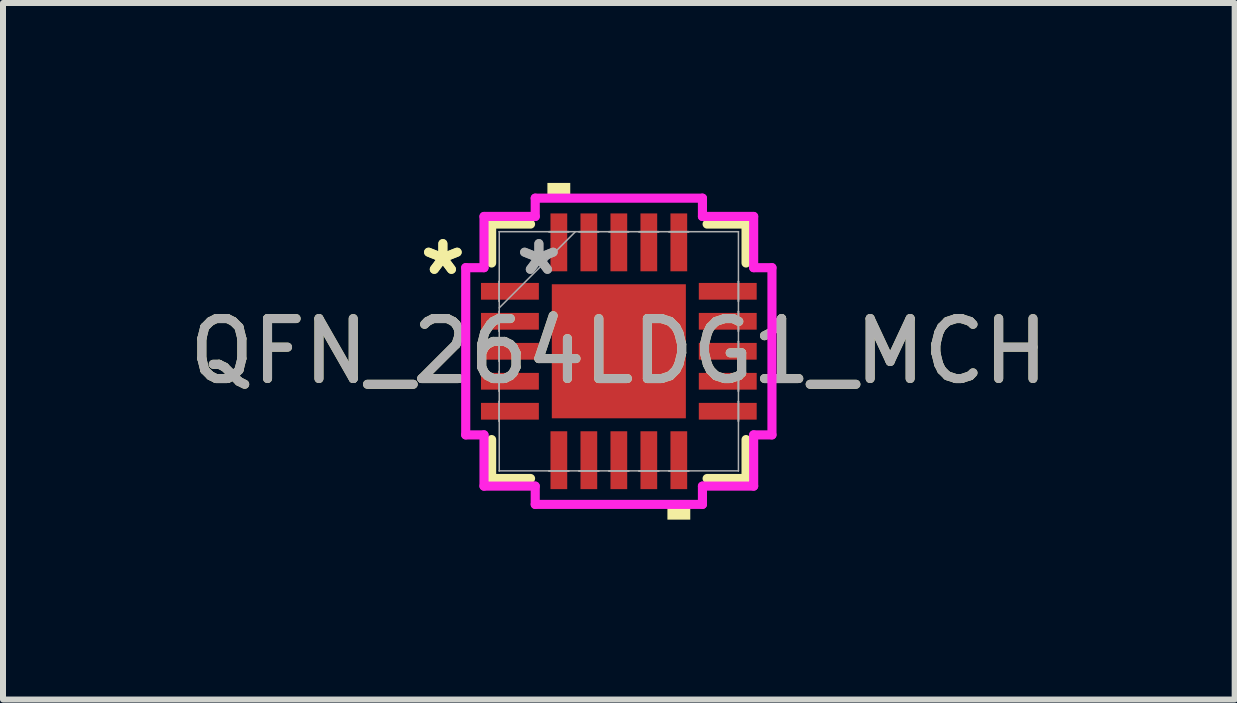
<source format=kicad_pcb>
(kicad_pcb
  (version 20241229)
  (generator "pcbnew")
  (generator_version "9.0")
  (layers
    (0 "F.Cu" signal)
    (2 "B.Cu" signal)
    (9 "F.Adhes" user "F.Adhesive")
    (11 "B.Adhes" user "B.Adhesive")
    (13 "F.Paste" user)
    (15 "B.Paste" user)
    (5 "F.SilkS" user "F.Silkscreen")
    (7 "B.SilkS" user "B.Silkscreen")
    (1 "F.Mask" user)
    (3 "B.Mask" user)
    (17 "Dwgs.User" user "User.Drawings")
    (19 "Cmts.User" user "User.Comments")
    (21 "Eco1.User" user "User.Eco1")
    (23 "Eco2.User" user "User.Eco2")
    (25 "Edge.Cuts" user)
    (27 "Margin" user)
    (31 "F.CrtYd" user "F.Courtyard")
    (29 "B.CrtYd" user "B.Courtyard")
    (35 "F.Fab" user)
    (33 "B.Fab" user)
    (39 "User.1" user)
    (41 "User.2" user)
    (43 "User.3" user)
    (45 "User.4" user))
  (footprint "QFN_264LDG1_MCH"
    (layer "F.Cu")
    (at 7.268 2.807)
    (property "Reference" "QFN_264LDG1_MCH" (at 0 0 0) (unlocked yes) (layer "F.SilkS") (effects (font (size 1 1) (thickness 0.15))))
    (attr smd)
    (fp_line (start -2.121 -2.121) (end -2.121 -1.472) (stroke (width 0.152) (type solid)) (layer "F.SilkS"))
    (fp_line (start -2.121 1.472) (end -2.121 2.121) (stroke (width 0.152) (type solid)) (layer "F.SilkS"))
    (fp_line (start -2.121 2.121) (end -1.472 2.121) (stroke (width 0.152) (type solid)) (layer "F.SilkS"))
    (fp_line (start -1.472 -2.121) (end -2.121 -2.121) (stroke (width 0.152) (type solid)) (layer "F.SilkS"))
    (fp_line (start 1.472 2.121) (end 2.121 2.121) (stroke (width 0.152) (type solid)) (layer "F.SilkS"))
    (fp_line (start 2.121 -2.121) (end 1.472 -2.121) (stroke (width 0.152) (type solid)) (layer "F.SilkS"))
    (fp_line (start 2.121 -1.472) (end 2.121 -2.121) (stroke (width 0.152) (type solid)) (layer "F.SilkS"))
    (fp_line (start 2.121 2.121) (end 2.121 1.472) (stroke (width 0.152) (type solid)) (layer "F.SilkS"))
    (fp_poly (pts (xy -1.191 -2.553) (xy -1.191 -2.807) (xy -0.81 -2.807) (xy -0.81 -2.553)) (stroke (width 0) (type solid)) (fill yes) (layer "F.SilkS"))
    (fp_poly (pts (xy 0.81 2.553) (xy 0.81 2.807) (xy 1.191 2.807) (xy 1.191 2.553)) (stroke (width 0) (type solid)) (fill yes) (layer "F.SilkS"))
    (fp_line (start -2.553 -1.394) (end -2.248 -1.394) (stroke (width 0.152) (type solid)) (layer "F.CrtYd"))
    (fp_line (start -2.553 1.394) (end -2.553 -1.394) (stroke (width 0.152) (type solid)) (layer "F.CrtYd"))
    (fp_line (start -2.248 -2.248) (end -1.394 -2.248) (stroke (width 0.152) (type solid)) (layer "F.CrtYd"))
    (fp_line (start -2.248 -1.394) (end -2.248 -2.248) (stroke (width 0.152) (type solid)) (layer "F.CrtYd"))
    (fp_line (start -2.248 1.394) (end -2.553 1.394) (stroke (width 0.152) (type solid)) (layer "F.CrtYd"))
    (fp_line (start -2.248 2.248) (end -2.248 1.394) (stroke (width 0.152) (type solid)) (layer "F.CrtYd"))
    (fp_line (start -1.394 -2.553) (end 1.394 -2.553) (stroke (width 0.152) (type solid)) (layer "F.CrtYd"))
    (fp_line (start -1.394 -2.248) (end -1.394 -2.553) (stroke (width 0.152) (type solid)) (layer "F.CrtYd"))
    (fp_line (start -1.394 2.248) (end -2.248 2.248) (stroke (width 0.152) (type solid)) (layer "F.CrtYd"))
    (fp_line (start -1.394 2.553) (end -1.394 2.248) (stroke (width 0.152) (type solid)) (layer "F.CrtYd"))
    (fp_line (start 1.394 -2.553) (end 1.394 -2.248) (stroke (width 0.152) (type solid)) (layer "F.CrtYd"))
    (fp_line (start 1.394 -2.248) (end 2.248 -2.248) (stroke (width 0.152) (type solid)) (layer "F.CrtYd"))
    (fp_line (start 1.394 2.248) (end 1.394 2.553) (stroke (width 0.152) (type solid)) (layer "F.CrtYd"))
    (fp_line (start 1.394 2.553) (end -1.394 2.553) (stroke (width 0.152) (type solid)) (layer "F.CrtYd"))
    (fp_line (start 2.248 -2.248) (end 2.248 -1.394) (stroke (width 0.152) (type solid)) (layer "F.CrtYd"))
    (fp_line (start 2.248 -1.394) (end 2.553 -1.394) (stroke (width 0.152) (type solid)) (layer "F.CrtYd"))
    (fp_line (start 2.248 1.394) (end 2.248 2.248) (stroke (width 0.152) (type solid)) (layer "F.CrtYd"))
    (fp_line (start 2.248 2.248) (end 1.394 2.248) (stroke (width 0.152) (type solid)) (layer "F.CrtYd"))
    (fp_line (start 2.553 -1.394) (end 2.553 1.394) (stroke (width 0.152) (type solid)) (layer "F.CrtYd"))
    (fp_line (start 2.553 1.394) (end 2.248 1.394) (stroke (width 0.152) (type solid)) (layer "F.CrtYd"))
    (fp_line (start -1.994 -1.994) (end -1.994 -1.994) (stroke (width 0.025) (type solid)) (layer "F.Fab"))
    (fp_line (start -1.994 -1.994) (end -1.994 1.994) (stroke (width 0.025) (type solid)) (layer "F.Fab"))
    (fp_line (start -1.994 -1.165) (end -1.994 -1.165) (stroke (width 0.025) (type solid)) (layer "F.Fab"))
    (fp_line (start -1.994 -1.165) (end -1.994 -0.835) (stroke (width 0.025) (type solid)) (layer "F.Fab"))
    (fp_line (start -1.994 -0.835) (end -1.994 -1.165) (stroke (width 0.025) (type solid)) (layer "F.Fab"))
    (fp_line (start -1.994 -0.835) (end -1.994 -0.835) (stroke (width 0.025) (type solid)) (layer "F.Fab"))
    (fp_line (start -1.994 -0.724) (end -0.724 -1.994) (stroke (width 0.025) (type solid)) (layer "F.Fab"))
    (fp_line (start -1.994 -0.665) (end -1.994 -0.665) (stroke (width 0.025) (type solid)) (layer "F.Fab"))
    (fp_line (start -1.994 -0.665) (end -1.994 -0.335) (stroke (width 0.025) (type solid)) (layer "F.Fab"))
    (fp_line (start -1.994 -0.335) (end -1.994 -0.665) (stroke (width 0.025) (type solid)) (layer "F.Fab"))
    (fp_line (start -1.994 -0.335) (end -1.994 -0.335) (stroke (width 0.025) (type solid)) (layer "F.Fab"))
    (fp_line (start -1.994 -0.165) (end -1.994 -0.165) (stroke (width 0.025) (type solid)) (layer "F.Fab"))
    (fp_line (start -1.994 -0.165) (end -1.994 0.165) (stroke (width 0.025) (type solid)) (layer "F.Fab"))
    (fp_line (start -1.994 0.165) (end -1.994 -0.165) (stroke (width 0.025) (type solid)) (layer "F.Fab"))
    (fp_line (start -1.994 0.165) (end -1.994 0.165) (stroke (width 0.025) (type solid)) (layer "F.Fab"))
    (fp_line (start -1.994 0.335) (end -1.994 0.335) (stroke (width 0.025) (type solid)) (layer "F.Fab"))
    (fp_line (start -1.994 0.335) (end -1.994 0.665) (stroke (width 0.025) (type solid)) (layer "F.Fab"))
    (fp_line (start -1.994 0.665) (end -1.994 0.335) (stroke (width 0.025) (type solid)) (layer "F.Fab"))
    (fp_line (start -1.994 0.665) (end -1.994 0.665) (stroke (width 0.025) (type solid)) (layer "F.Fab"))
    (fp_line (start -1.994 0.835) (end -1.994 0.835) (stroke (width 0.025) (type solid)) (layer "F.Fab"))
    (fp_line (start -1.994 0.835) (end -1.994 1.165) (stroke (width 0.025) (type solid)) (layer "F.Fab"))
    (fp_line (start -1.994 1.165) (end -1.994 0.835) (stroke (width 0.025) (type solid)) (layer "F.Fab"))
    (fp_line (start -1.994 1.165) (end -1.994 1.165) (stroke (width 0.025) (type solid)) (layer "F.Fab"))
    (fp_line (start -1.994 1.994) (end -1.994 1.994) (stroke (width 0.025) (type solid)) (layer "F.Fab"))
    (fp_line (start -1.994 1.994) (end 1.994 1.994) (stroke (width 0.025) (type solid)) (layer "F.Fab"))
    (fp_line (start -1.165 -1.994) (end -1.165 -1.994) (stroke (width 0.025) (type solid)) (layer "F.Fab"))
    (fp_line (start -1.165 -1.994) (end -0.835 -1.994) (stroke (width 0.025) (type solid)) (layer "F.Fab"))
    (fp_line (start -1.165 1.994) (end -1.165 1.994) (stroke (width 0.025) (type solid)) (layer "F.Fab"))
    (fp_line (start -1.165 1.994) (end -0.835 1.994) (stroke (width 0.025) (type solid)) (layer "F.Fab"))
    (fp_line (start -0.835 -1.994) (end -1.165 -1.994) (stroke (width 0.025) (type solid)) (layer "F.Fab"))
    (fp_line (start -0.835 -1.994) (end -0.835 -1.994) (stroke (width 0.025) (type solid)) (layer "F.Fab"))
    (fp_line (start -0.835 1.994) (end -1.165 1.994) (stroke (width 0.025) (type solid)) (layer "F.Fab"))
    (fp_line (start -0.835 1.994) (end -0.835 1.994) (stroke (width 0.025) (type solid)) (layer "F.Fab"))
    (fp_line (start -0.665 -1.994) (end -0.665 -1.994) (stroke (width 0.025) (type solid)) (layer "F.Fab"))
    (fp_line (start -0.665 -1.994) (end -0.335 -1.994) (stroke (width 0.025) (type solid)) (layer "F.Fab"))
    (fp_line (start -0.665 1.994) (end -0.665 1.994) (stroke (width 0.025) (type solid)) (layer "F.Fab"))
    (fp_line (start -0.665 1.994) (end -0.335 1.994) (stroke (width 0.025) (type solid)) (layer "F.Fab"))
    (fp_line (start -0.335 -1.994) (end -0.665 -1.994) (stroke (width 0.025) (type solid)) (layer "F.Fab"))
    (fp_line (start -0.335 -1.994) (end -0.335 -1.994) (stroke (width 0.025) (type solid)) (layer "F.Fab"))
    (fp_line (start -0.335 1.994) (end -0.665 1.994) (stroke (width 0.025) (type solid)) (layer "F.Fab"))
    (fp_line (start -0.335 1.994) (end -0.335 1.994) (stroke (width 0.025) (type solid)) (layer "F.Fab"))
    (fp_line (start -0.165 -1.994) (end -0.165 -1.994) (stroke (width 0.025) (type solid)) (layer "F.Fab"))
    (fp_line (start -0.165 -1.994) (end 0.165 -1.994) (stroke (width 0.025) (type solid)) (layer "F.Fab"))
    (fp_line (start -0.165 1.994) (end -0.165 1.994) (stroke (width 0.025) (type solid)) (layer "F.Fab"))
    (fp_line (start -0.165 1.994) (end 0.165 1.994) (stroke (width 0.025) (type solid)) (layer "F.Fab"))
    (fp_line (start 0.165 -1.994) (end -0.165 -1.994) (stroke (width 0.025) (type solid)) (layer "F.Fab"))
    (fp_line (start 0.165 -1.994) (end 0.165 -1.994) (stroke (width 0.025) (type solid)) (layer "F.Fab"))
    (fp_line (start 0.165 1.994) (end -0.165 1.994) (stroke (width 0.025) (type solid)) (layer "F.Fab"))
    (fp_line (start 0.165 1.994) (end 0.165 1.994) (stroke (width 0.025) (type solid)) (layer "F.Fab"))
    (fp_line (start 0.335 -1.994) (end 0.335 -1.994) (stroke (width 0.025) (type solid)) (layer "F.Fab"))
    (fp_line (start 0.335 -1.994) (end 0.665 -1.994) (stroke (width 0.025) (type solid)) (layer "F.Fab"))
    (fp_line (start 0.335 1.994) (end 0.335 1.994) (stroke (width 0.025) (type solid)) (layer "F.Fab"))
    (fp_line (start 0.335 1.994) (end 0.665 1.994) (stroke (width 0.025) (type solid)) (layer "F.Fab"))
    (fp_line (start 0.665 -1.994) (end 0.335 -1.994) (stroke (width 0.025) (type solid)) (layer "F.Fab"))
    (fp_line (start 0.665 -1.994) (end 0.665 -1.994) (stroke (width 0.025) (type solid)) (layer "F.Fab"))
    (fp_line (start 0.665 1.994) (end 0.335 1.994) (stroke (width 0.025) (type solid)) (layer "F.Fab"))
    (fp_line (start 0.665 1.994) (end 0.665 1.994) (stroke (width 0.025) (type solid)) (layer "F.Fab"))
    (fp_line (start 0.835 -1.994) (end 0.835 -1.994) (stroke (width 0.025) (type solid)) (layer "F.Fab"))
    (fp_line (start 0.835 -1.994) (end 1.165 -1.994) (stroke (width 0.025) (type solid)) (layer "F.Fab"))
    (fp_line (start 0.835 1.994) (end 0.835 1.994) (stroke (width 0.025) (type solid)) (layer "F.Fab"))
    (fp_line (start 0.835 1.994) (end 1.165 1.994) (stroke (width 0.025) (type solid)) (layer "F.Fab"))
    (fp_line (start 1.165 -1.994) (end 0.835 -1.994) (stroke (width 0.025) (type solid)) (layer "F.Fab"))
    (fp_line (start 1.165 -1.994) (end 1.165 -1.994) (stroke (width 0.025) (type solid)) (layer "F.Fab"))
    (fp_line (start 1.165 1.994) (end 0.835 1.994) (stroke (width 0.025) (type solid)) (layer "F.Fab"))
    (fp_line (start 1.165 1.994) (end 1.165 1.994) (stroke (width 0.025) (type solid)) (layer "F.Fab"))
    (fp_line (start 1.994 -1.994) (end -1.994 -1.994) (stroke (width 0.025) (type solid)) (layer "F.Fab"))
    (fp_line (start 1.994 -1.994) (end 1.994 -1.994) (stroke (width 0.025) (type solid)) (layer "F.Fab"))
    (fp_line (start 1.994 -1.165) (end 1.994 -1.165) (stroke (width 0.025) (type solid)) (layer "F.Fab"))
    (fp_line (start 1.994 -1.165) (end 1.994 -0.835) (stroke (width 0.025) (type solid)) (layer "F.Fab"))
    (fp_line (start 1.994 -0.835) (end 1.994 -1.165) (stroke (width 0.025) (type solid)) (layer "F.Fab"))
    (fp_line (start 1.994 -0.835) (end 1.994 -0.835) (stroke (width 0.025) (type solid)) (layer "F.Fab"))
    (fp_line (start 1.994 -0.665) (end 1.994 -0.665) (stroke (width 0.025) (type solid)) (layer "F.Fab"))
    (fp_line (start 1.994 -0.665) (end 1.994 -0.335) (stroke (width 0.025) (type solid)) (layer "F.Fab"))
    (fp_line (start 1.994 -0.335) (end 1.994 -0.665) (stroke (width 0.025) (type solid)) (layer "F.Fab"))
    (fp_line (start 1.994 -0.335) (end 1.994 -0.335) (stroke (width 0.025) (type solid)) (layer "F.Fab"))
    (fp_line (start 1.994 -0.165) (end 1.994 -0.165) (stroke (width 0.025) (type solid)) (layer "F.Fab"))
    (fp_line (start 1.994 -0.165) (end 1.994 0.165) (stroke (width 0.025) (type solid)) (layer "F.Fab"))
    (fp_line (start 1.994 0.165) (end 1.994 -0.165) (stroke (width 0.025) (type solid)) (layer "F.Fab"))
    (fp_line (start 1.994 0.165) (end 1.994 0.165) (stroke (width 0.025) (type solid)) (layer "F.Fab"))
    (fp_line (start 1.994 0.335) (end 1.994 0.335) (stroke (width 0.025) (type solid)) (layer "F.Fab"))
    (fp_line (start 1.994 0.335) (end 1.994 0.665) (stroke (width 0.025) (type solid)) (layer "F.Fab"))
    (fp_line (start 1.994 0.665) (end 1.994 0.335) (stroke (width 0.025) (type solid)) (layer "F.Fab"))
    (fp_line (start 1.994 0.665) (end 1.994 0.665) (stroke (width 0.025) (type solid)) (layer "F.Fab"))
    (fp_line (start 1.994 0.835) (end 1.994 0.835) (stroke (width 0.025) (type solid)) (layer "F.Fab"))
    (fp_line (start 1.994 0.835) (end 1.994 1.165) (stroke (width 0.025) (type solid)) (layer "F.Fab"))
    (fp_line (start 1.994 1.165) (end 1.994 0.835) (stroke (width 0.025) (type solid)) (layer "F.Fab"))
    (fp_line (start 1.994 1.165) (end 1.994 1.165) (stroke (width 0.025) (type solid)) (layer "F.Fab"))
    (fp_line (start 1.994 1.994) (end 1.994 -1.994) (stroke (width 0.025) (type solid)) (layer "F.Fab"))
    (fp_line (start 1.994 1.994) (end 1.994 1.994) (stroke (width 0.025) (type solid)) (layer "F.Fab"))
    (fp_text user "*" (at -2.934 -1.25 0) (unlocked yes) (layer "F.SilkS") (effects (font (size 1 1) (thickness 0.15))))
    (fp_text user "*" (at -2.934 -1.25 0) (layer "F.SilkS") (effects (font (size 1 1) (thickness 0.15))))
    (fp_text user "${REFERENCE}" (at 0 0 0) (unlocked yes) (layer "F.Fab") (effects (font (size 1 1) (thickness 0.15))))
    (fp_text user "*" (at -1.333 -1.25 0) (layer "F.Fab") (effects (font (size 1 1) (thickness 0.15))))
    (fp_text user "*" (at -1.333 -1.25 0) (unlocked yes) (layer "F.Fab") (effects (font (size 1 1) (thickness 0.15))))
    (pad "1" smd rect (at -1.816 -1 90) (size 0.279 0.965) (layers "F.Cu" "F.Mask" "F.Paste"))
    (pad "2" smd rect (at -1.816 -0.5 90) (size 0.279 0.965) (layers "F.Cu" "F.Mask" "F.Paste"))
    (pad "3" smd rect (at -1.816 0 90) (size 0.279 0.965) (layers "F.Cu" "F.Mask" "F.Paste"))
    (pad "4" smd rect (at -1.816 0.5 90) (size 0.279 0.965) (layers "F.Cu" "F.Mask" "F.Paste"))
    (pad "5" smd rect (at -1.816 1 90) (size 0.279 0.965) (layers "F.Cu" "F.Mask" "F.Paste"))
    (pad "6" smd rect (at -1 1.816) (size 0.279 0.965) (layers "F.Cu" "F.Mask" "F.Paste"))
    (pad "7" smd rect (at -0.5 1.816) (size 0.279 0.965) (layers "F.Cu" "F.Mask" "F.Paste"))
    (pad "8" smd rect (at 0 1.816) (size 0.279 0.965) (layers "F.Cu" "F.Mask" "F.Paste"))
    (pad "9" smd rect (at 0.5 1.816) (size 0.279 0.965) (layers "F.Cu" "F.Mask" "F.Paste"))
    (pad "10" smd rect (at 1 1.816) (size 0.279 0.965) (layers "F.Cu" "F.Mask" "F.Paste"))
    (pad "11" smd rect (at 1.816 1 90) (size 0.279 0.965) (layers "F.Cu" "F.Mask" "F.Paste"))
    (pad "12" smd rect (at 1.816 0.5 90) (size 0.279 0.965) (layers "F.Cu" "F.Mask" "F.Paste"))
    (pad "13" smd rect (at 1.816 0 90) (size 0.279 0.965) (layers "F.Cu" "F.Mask" "F.Paste"))
    (pad "14" smd rect (at 1.816 -0.5 90) (size 0.279 0.965) (layers "F.Cu" "F.Mask" "F.Paste"))
    (pad "15" smd rect (at 1.816 -1 90) (size 0.279 0.965) (layers "F.Cu" "F.Mask" "F.Paste"))
    (pad "16" smd rect (at 1 -1.816) (size 0.279 0.965) (layers "F.Cu" "F.Mask" "F.Paste"))
    (pad "17" smd rect (at 0.5 -1.816) (size 0.279 0.965) (layers "F.Cu" "F.Mask" "F.Paste"))
    (pad "18" smd rect (at 0 -1.816) (size 0.279 0.965) (layers "F.Cu" "F.Mask" "F.Paste"))
    (pad "19" smd rect (at -0.5 -1.816) (size 0.279 0.965) (layers "F.Cu" "F.Mask" "F.Paste"))
    (pad "20" smd rect (at -1 -1.816) (size 0.279 0.965) (layers "F.Cu" "F.Mask" "F.Paste"))
    (pad "21" smd rect (at 0 0) (size 2.235 2.235) (layers "F.Cu" "F.Mask" "F.Paste")))
  (gr_rect
    (start -3 -3)
    (end 17.536 8.613)
    (stroke (width 0.1) (type default))
    (fill no)
    (layer "Edge.Cuts")))
</source>
